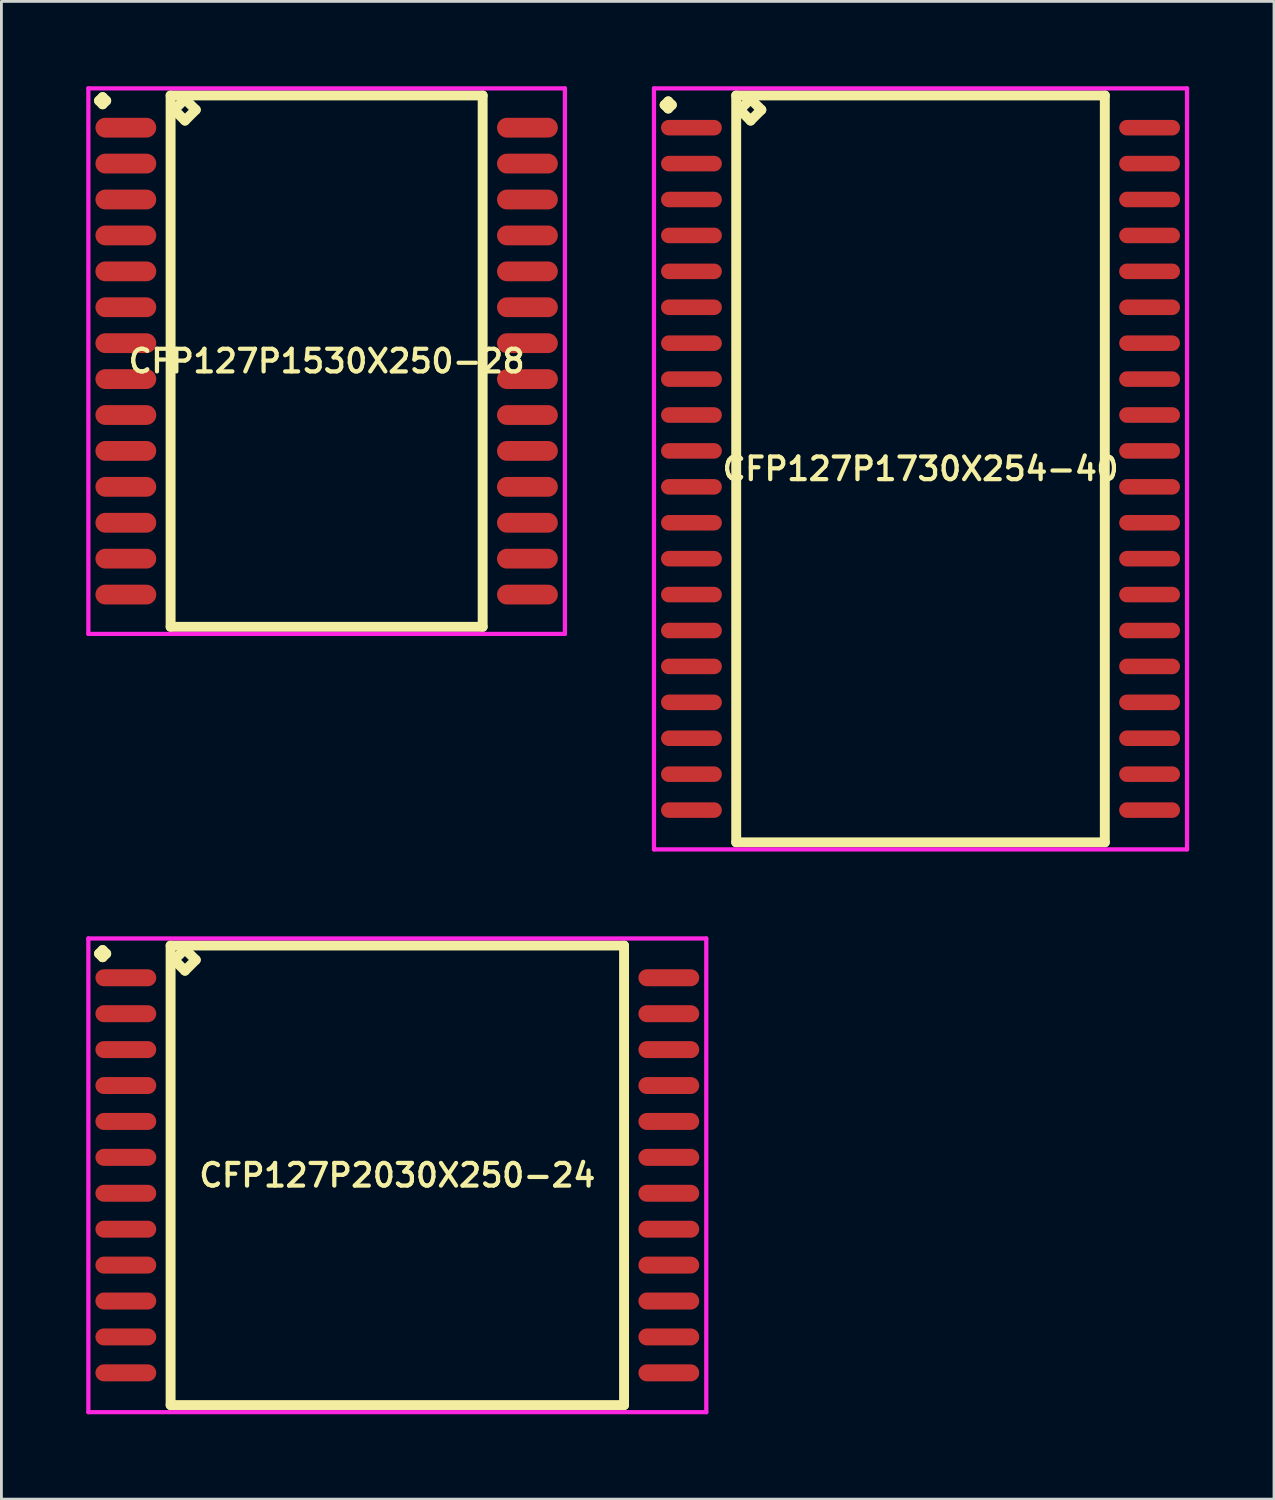
<source format=kicad_pcb>
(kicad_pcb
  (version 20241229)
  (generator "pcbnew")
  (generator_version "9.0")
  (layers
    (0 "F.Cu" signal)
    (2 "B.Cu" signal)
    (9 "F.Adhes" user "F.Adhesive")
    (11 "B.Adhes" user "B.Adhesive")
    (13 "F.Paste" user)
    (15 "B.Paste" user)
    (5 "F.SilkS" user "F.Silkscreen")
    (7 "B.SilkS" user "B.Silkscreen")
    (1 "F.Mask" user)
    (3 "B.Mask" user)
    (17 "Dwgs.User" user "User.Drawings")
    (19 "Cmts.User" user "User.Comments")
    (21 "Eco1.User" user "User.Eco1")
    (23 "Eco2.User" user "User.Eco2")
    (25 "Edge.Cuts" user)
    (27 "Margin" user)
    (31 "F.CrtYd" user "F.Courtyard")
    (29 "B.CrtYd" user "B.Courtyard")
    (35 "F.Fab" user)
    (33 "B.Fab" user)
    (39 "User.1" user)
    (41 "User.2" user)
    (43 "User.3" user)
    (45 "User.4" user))
  (footprint "CFP127P2030X250-24"
    (layer "F.Cu")
    (at 11 38.51)
    (property "Reference" "CFP127P2030X250-24" (at 0 0 0) (layer "F.SilkS") (effects (font (size 0.8 0.8) (thickness 0.15))))
    (attr smd)
    (fp_line (start -10.548 -7.839) (end -10.421 -7.966) (stroke (width 0.35) (type solid)) (layer "F.SilkS"))
    (fp_line (start -10.421 -7.966) (end -10.294 -7.839) (stroke (width 0.35) (type solid)) (layer "F.SilkS"))
    (fp_line (start -10.421 -7.712) (end -10.548 -7.839) (stroke (width 0.35) (type solid)) (layer "F.SilkS"))
    (fp_line (start -10.294 -7.839) (end -10.421 -7.712) (stroke (width 0.35) (type solid)) (layer "F.SilkS"))
    (fp_line (start -8.017 -8.125) (end -8.017 8.125) (stroke (width 0.35) (type solid)) (layer "F.SilkS"))
    (fp_line (start -8.017 8.125) (end 8.017 8.125) (stroke (width 0.35) (type solid)) (layer "F.SilkS"))
    (fp_line (start -7.89 -7.617) (end -7.509 -7.998) (stroke (width 0.35) (type solid)) (layer "F.SilkS"))
    (fp_line (start -7.509 -7.998) (end -7.128 -7.617) (stroke (width 0.35) (type solid)) (layer "F.SilkS"))
    (fp_line (start -7.509 -7.236) (end -7.89 -7.617) (stroke (width 0.35) (type solid)) (layer "F.SilkS"))
    (fp_line (start -7.128 -7.617) (end -7.509 -7.236) (stroke (width 0.35) (type solid)) (layer "F.SilkS"))
    (fp_line (start 8.017 -8.125) (end -8.017 -8.125) (stroke (width 0.35) (type solid)) (layer "F.SilkS"))
    (fp_line (start 8.017 8.125) (end 8.017 -8.125) (stroke (width 0.35) (type solid)) (layer "F.SilkS"))
    (fp_line (start -10.925 -8.375) (end 10.925 -8.375) (stroke (width 0.15) (type solid)) (layer "F.CrtYd"))
    (fp_line (start -10.925 8.375) (end -10.925 -8.375) (stroke (width 0.15) (type solid)) (layer "F.CrtYd"))
    (fp_line (start 10.925 -8.375) (end 10.925 8.375) (stroke (width 0.15) (type solid)) (layer "F.CrtYd"))
    (fp_line (start 10.925 8.375) (end -10.925 8.375) (stroke (width 0.15) (type solid)) (layer "F.CrtYd"))
    (pad "1" smd oval (at -9.6 -6.985) (size 2.15 0.6) (layers "F.Cu" "F.Mask" "F.Paste"))
    (pad "2" smd oval (at -9.6 -5.715) (size 2.15 0.6) (layers "F.Cu" "F.Mask" "F.Paste"))
    (pad "3" smd oval (at -9.6 -4.445) (size 2.15 0.6) (layers "F.Cu" "F.Mask" "F.Paste"))
    (pad "4" smd oval (at -9.6 -3.175) (size 2.15 0.6) (layers "F.Cu" "F.Mask" "F.Paste"))
    (pad "5" smd oval (at -9.6 -1.905) (size 2.15 0.6) (layers "F.Cu" "F.Mask" "F.Paste"))
    (pad "6" smd oval (at -9.6 -0.635) (size 2.15 0.6) (layers "F.Cu" "F.Mask" "F.Paste"))
    (pad "7" smd oval (at -9.6 0.635) (size 2.15 0.6) (layers "F.Cu" "F.Mask" "F.Paste"))
    (pad "8" smd oval (at -9.6 1.905) (size 2.15 0.6) (layers "F.Cu" "F.Mask" "F.Paste"))
    (pad "9" smd oval (at -9.6 3.175) (size 2.15 0.6) (layers "F.Cu" "F.Mask" "F.Paste"))
    (pad "10" smd oval (at -9.6 4.445) (size 2.15 0.6) (layers "F.Cu" "F.Mask" "F.Paste"))
    (pad "11" smd oval (at -9.6 5.715) (size 2.15 0.6) (layers "F.Cu" "F.Mask" "F.Paste"))
    (pad "12" smd oval (at -9.6 6.985) (size 2.15 0.6) (layers "F.Cu" "F.Mask" "F.Paste"))
    (pad "13" smd oval (at 9.6 6.985) (size 2.15 0.6) (layers "F.Cu" "F.Mask" "F.Paste"))
    (pad "14" smd oval (at 9.6 5.715) (size 2.15 0.6) (layers "F.Cu" "F.Mask" "F.Paste"))
    (pad "15" smd oval (at 9.6 4.445) (size 2.15 0.6) (layers "F.Cu" "F.Mask" "F.Paste"))
    (pad "16" smd oval (at 9.6 3.175) (size 2.15 0.6) (layers "F.Cu" "F.Mask" "F.Paste"))
    (pad "17" smd oval (at 9.6 1.905) (size 2.15 0.6) (layers "F.Cu" "F.Mask" "F.Paste"))
    (pad "18" smd oval (at 9.6 0.635) (size 2.15 0.6) (layers "F.Cu" "F.Mask" "F.Paste"))
    (pad "19" smd oval (at 9.6 -0.635) (size 2.15 0.6) (layers "F.Cu" "F.Mask" "F.Paste"))
    (pad "20" smd oval (at 9.6 -1.905) (size 2.15 0.6) (layers "F.Cu" "F.Mask" "F.Paste"))
    (pad "21" smd oval (at 9.6 -3.175) (size 2.15 0.6) (layers "F.Cu" "F.Mask" "F.Paste"))
    (pad "22" smd oval (at 9.6 -4.445) (size 2.15 0.6) (layers "F.Cu" "F.Mask" "F.Paste"))
    (pad "23" smd oval (at 9.6 -5.715) (size 2.15 0.6) (layers "F.Cu" "F.Mask" "F.Paste"))
    (pad "24" smd oval (at 9.6 -6.985) (size 2.15 0.6) (layers "F.Cu" "F.Mask" "F.Paste")))
  (footprint "CFP127P1730X254-40"
    (layer "F.Cu")
    (at 29.5 13.53)
    (property "Reference" "CFP127P1730X254-40" (at 0 0 0) (layer "F.SilkS") (effects (font (size 0.8 0.8) (thickness 0.15))))
    (attr smd)
    (fp_line (start -9.048 -12.869) (end -8.921 -12.996) (stroke (width 0.35) (type solid)) (layer "F.SilkS"))
    (fp_line (start -8.921 -12.996) (end -8.794 -12.869) (stroke (width 0.35) (type solid)) (layer "F.SilkS"))
    (fp_line (start -8.921 -12.742) (end -9.048 -12.869) (stroke (width 0.35) (type solid)) (layer "F.SilkS"))
    (fp_line (start -8.794 -12.869) (end -8.921 -12.742) (stroke (width 0.35) (type solid)) (layer "F.SilkS"))
    (fp_line (start -6.517 -13.205) (end -6.517 13.205) (stroke (width 0.35) (type solid)) (layer "F.SilkS"))
    (fp_line (start -6.517 13.205) (end 6.517 13.205) (stroke (width 0.35) (type solid)) (layer "F.SilkS"))
    (fp_line (start -6.39 -12.697) (end -6.009 -13.078) (stroke (width 0.35) (type solid)) (layer "F.SilkS"))
    (fp_line (start -6.009 -13.078) (end -5.628 -12.697) (stroke (width 0.35) (type solid)) (layer "F.SilkS"))
    (fp_line (start -6.009 -12.316) (end -6.39 -12.697) (stroke (width 0.35) (type solid)) (layer "F.SilkS"))
    (fp_line (start -5.628 -12.697) (end -6.009 -12.316) (stroke (width 0.35) (type solid)) (layer "F.SilkS"))
    (fp_line (start 6.517 -13.205) (end -6.517 -13.205) (stroke (width 0.35) (type solid)) (layer "F.SilkS"))
    (fp_line (start 6.517 13.205) (end 6.517 -13.205) (stroke (width 0.35) (type solid)) (layer "F.SilkS"))
    (fp_line (start -9.425 -13.455) (end 9.425 -13.455) (stroke (width 0.15) (type solid)) (layer "F.CrtYd"))
    (fp_line (start -9.425 13.455) (end -9.425 -13.455) (stroke (width 0.15) (type solid)) (layer "F.CrtYd"))
    (fp_line (start 9.425 -13.455) (end 9.425 13.455) (stroke (width 0.15) (type solid)) (layer "F.CrtYd"))
    (fp_line (start 9.425 13.455) (end -9.425 13.455) (stroke (width 0.15) (type solid)) (layer "F.CrtYd"))
    (pad "1" smd oval (at -8.1 -12.065) (size 2.15 0.55) (layers "F.Cu" "F.Mask" "F.Paste"))
    (pad "2" smd oval (at -8.1 -10.795) (size 2.15 0.55) (layers "F.Cu" "F.Mask" "F.Paste"))
    (pad "3" smd oval (at -8.1 -9.525) (size 2.15 0.55) (layers "F.Cu" "F.Mask" "F.Paste"))
    (pad "4" smd oval (at -8.1 -8.255) (size 2.15 0.55) (layers "F.Cu" "F.Mask" "F.Paste"))
    (pad "5" smd oval (at -8.1 -6.985) (size 2.15 0.55) (layers "F.Cu" "F.Mask" "F.Paste"))
    (pad "6" smd oval (at -8.1 -5.715) (size 2.15 0.55) (layers "F.Cu" "F.Mask" "F.Paste"))
    (pad "7" smd oval (at -8.1 -4.445) (size 2.15 0.55) (layers "F.Cu" "F.Mask" "F.Paste"))
    (pad "8" smd oval (at -8.1 -3.175) (size 2.15 0.55) (layers "F.Cu" "F.Mask" "F.Paste"))
    (pad "9" smd oval (at -8.1 -1.905) (size 2.15 0.55) (layers "F.Cu" "F.Mask" "F.Paste"))
    (pad "10" smd oval (at -8.1 -0.635) (size 2.15 0.55) (layers "F.Cu" "F.Mask" "F.Paste"))
    (pad "11" smd oval (at -8.1 0.635) (size 2.15 0.55) (layers "F.Cu" "F.Mask" "F.Paste"))
    (pad "12" smd oval (at -8.1 1.905) (size 2.15 0.55) (layers "F.Cu" "F.Mask" "F.Paste"))
    (pad "13" smd oval (at -8.1 3.175) (size 2.15 0.55) (layers "F.Cu" "F.Mask" "F.Paste"))
    (pad "14" smd oval (at -8.1 4.445) (size 2.15 0.55) (layers "F.Cu" "F.Mask" "F.Paste"))
    (pad "15" smd oval (at -8.1 5.715) (size 2.15 0.55) (layers "F.Cu" "F.Mask" "F.Paste"))
    (pad "16" smd oval (at -8.1 6.985) (size 2.15 0.55) (layers "F.Cu" "F.Mask" "F.Paste"))
    (pad "17" smd oval (at -8.1 8.255) (size 2.15 0.55) (layers "F.Cu" "F.Mask" "F.Paste"))
    (pad "18" smd oval (at -8.1 9.525) (size 2.15 0.55) (layers "F.Cu" "F.Mask" "F.Paste"))
    (pad "19" smd oval (at -8.1 10.795) (size 2.15 0.55) (layers "F.Cu" "F.Mask" "F.Paste"))
    (pad "20" smd oval (at -8.1 12.065) (size 2.15 0.55) (layers "F.Cu" "F.Mask" "F.Paste"))
    (pad "21" smd oval (at 8.1 12.065) (size 2.15 0.55) (layers "F.Cu" "F.Mask" "F.Paste"))
    (pad "22" smd oval (at 8.1 10.795) (size 2.15 0.55) (layers "F.Cu" "F.Mask" "F.Paste"))
    (pad "23" smd oval (at 8.1 9.525) (size 2.15 0.55) (layers "F.Cu" "F.Mask" "F.Paste"))
    (pad "24" smd oval (at 8.1 8.255) (size 2.15 0.55) (layers "F.Cu" "F.Mask" "F.Paste"))
    (pad "25" smd oval (at 8.1 6.985) (size 2.15 0.55) (layers "F.Cu" "F.Mask" "F.Paste"))
    (pad "26" smd oval (at 8.1 5.715) (size 2.15 0.55) (layers "F.Cu" "F.Mask" "F.Paste"))
    (pad "27" smd oval (at 8.1 4.445) (size 2.15 0.55) (layers "F.Cu" "F.Mask" "F.Paste"))
    (pad "28" smd oval (at 8.1 3.175) (size 2.15 0.55) (layers "F.Cu" "F.Mask" "F.Paste"))
    (pad "29" smd oval (at 8.1 1.905) (size 2.15 0.55) (layers "F.Cu" "F.Mask" "F.Paste"))
    (pad "30" smd oval (at 8.1 0.635) (size 2.15 0.55) (layers "F.Cu" "F.Mask" "F.Paste"))
    (pad "31" smd oval (at 8.1 -0.635) (size 2.15 0.55) (layers "F.Cu" "F.Mask" "F.Paste"))
    (pad "32" smd oval (at 8.1 -1.905) (size 2.15 0.55) (layers "F.Cu" "F.Mask" "F.Paste"))
    (pad "33" smd oval (at 8.1 -3.175) (size 2.15 0.55) (layers "F.Cu" "F.Mask" "F.Paste"))
    (pad "34" smd oval (at 8.1 -4.445) (size 2.15 0.55) (layers "F.Cu" "F.Mask" "F.Paste"))
    (pad "35" smd oval (at 8.1 -5.715) (size 2.15 0.55) (layers "F.Cu" "F.Mask" "F.Paste"))
    (pad "36" smd oval (at 8.1 -6.985) (size 2.15 0.55) (layers "F.Cu" "F.Mask" "F.Paste"))
    (pad "37" smd oval (at 8.1 -8.255) (size 2.15 0.55) (layers "F.Cu" "F.Mask" "F.Paste"))
    (pad "38" smd oval (at 8.1 -9.525) (size 2.15 0.55) (layers "F.Cu" "F.Mask" "F.Paste"))
    (pad "39" smd oval (at 8.1 -10.795) (size 2.15 0.55) (layers "F.Cu" "F.Mask" "F.Paste"))
    (pad "40" smd oval (at 8.1 -12.065) (size 2.15 0.55) (layers "F.Cu" "F.Mask" "F.Paste")))
  (footprint "CFP127P1530X250-28"
    (layer "F.Cu")
    (at 8.5 9.72)
    (property "Reference" "CFP127P1530X250-28" (at 0 0 0) (layer "F.SilkS") (effects (font (size 0.8 0.8) (thickness 0.15))))
    (attr smd)
    (fp_line (start -8.048 -9.209) (end -7.921 -9.336) (stroke (width 0.35) (type solid)) (layer "F.SilkS"))
    (fp_line (start -7.921 -9.336) (end -7.794 -9.209) (stroke (width 0.35) (type solid)) (layer "F.SilkS"))
    (fp_line (start -7.921 -9.082) (end -8.048 -9.209) (stroke (width 0.35) (type solid)) (layer "F.SilkS"))
    (fp_line (start -7.794 -9.209) (end -7.921 -9.082) (stroke (width 0.35) (type solid)) (layer "F.SilkS"))
    (fp_line (start -5.517 -9.395) (end -5.517 9.395) (stroke (width 0.35) (type solid)) (layer "F.SilkS"))
    (fp_line (start -5.517 9.395) (end 5.517 9.395) (stroke (width 0.35) (type solid)) (layer "F.SilkS"))
    (fp_line (start -5.39 -8.887) (end -5.009 -9.268) (stroke (width 0.35) (type solid)) (layer "F.SilkS"))
    (fp_line (start -5.009 -9.268) (end -4.628 -8.887) (stroke (width 0.35) (type solid)) (layer "F.SilkS"))
    (fp_line (start -5.009 -8.506) (end -5.39 -8.887) (stroke (width 0.35) (type solid)) (layer "F.SilkS"))
    (fp_line (start -4.628 -8.887) (end -5.009 -8.506) (stroke (width 0.35) (type solid)) (layer "F.SilkS"))
    (fp_line (start 5.517 -9.395) (end -5.517 -9.395) (stroke (width 0.35) (type solid)) (layer "F.SilkS"))
    (fp_line (start 5.517 9.395) (end 5.517 -9.395) (stroke (width 0.35) (type solid)) (layer "F.SilkS"))
    (fp_line (start -8.425 -9.645) (end 8.425 -9.645) (stroke (width 0.15) (type solid)) (layer "F.CrtYd"))
    (fp_line (start -8.425 9.645) (end -8.425 -9.645) (stroke (width 0.15) (type solid)) (layer "F.CrtYd"))
    (fp_line (start 8.425 -9.645) (end 8.425 9.645) (stroke (width 0.15) (type solid)) (layer "F.CrtYd"))
    (fp_line (start 8.425 9.645) (end -8.425 9.645) (stroke (width 0.15) (type solid)) (layer "F.CrtYd"))
    (pad "1" smd oval (at -7.1 -8.255) (size 2.15 0.7) (layers "F.Cu" "F.Mask" "F.Paste"))
    (pad "2" smd oval (at -7.1 -6.985) (size 2.15 0.7) (layers "F.Cu" "F.Mask" "F.Paste"))
    (pad "3" smd oval (at -7.1 -5.715) (size 2.15 0.7) (layers "F.Cu" "F.Mask" "F.Paste"))
    (pad "4" smd oval (at -7.1 -4.445) (size 2.15 0.7) (layers "F.Cu" "F.Mask" "F.Paste"))
    (pad "5" smd oval (at -7.1 -3.175) (size 2.15 0.7) (layers "F.Cu" "F.Mask" "F.Paste"))
    (pad "6" smd oval (at -7.1 -1.905) (size 2.15 0.7) (layers "F.Cu" "F.Mask" "F.Paste"))
    (pad "7" smd oval (at -7.1 -0.635) (size 2.15 0.7) (layers "F.Cu" "F.Mask" "F.Paste"))
    (pad "8" smd oval (at -7.1 0.635) (size 2.15 0.7) (layers "F.Cu" "F.Mask" "F.Paste"))
    (pad "9" smd oval (at -7.1 1.905) (size 2.15 0.7) (layers "F.Cu" "F.Mask" "F.Paste"))
    (pad "10" smd oval (at -7.1 3.175) (size 2.15 0.7) (layers "F.Cu" "F.Mask" "F.Paste"))
    (pad "11" smd oval (at -7.1 4.445) (size 2.15 0.7) (layers "F.Cu" "F.Mask" "F.Paste"))
    (pad "12" smd oval (at -7.1 5.715) (size 2.15 0.7) (layers "F.Cu" "F.Mask" "F.Paste"))
    (pad "13" smd oval (at -7.1 6.985) (size 2.15 0.7) (layers "F.Cu" "F.Mask" "F.Paste"))
    (pad "14" smd oval (at -7.1 8.255) (size 2.15 0.7) (layers "F.Cu" "F.Mask" "F.Paste"))
    (pad "15" smd oval (at 7.1 8.255) (size 2.15 0.7) (layers "F.Cu" "F.Mask" "F.Paste"))
    (pad "16" smd oval (at 7.1 6.985) (size 2.15 0.7) (layers "F.Cu" "F.Mask" "F.Paste"))
    (pad "17" smd oval (at 7.1 5.715) (size 2.15 0.7) (layers "F.Cu" "F.Mask" "F.Paste"))
    (pad "18" smd oval (at 7.1 4.445) (size 2.15 0.7) (layers "F.Cu" "F.Mask" "F.Paste"))
    (pad "19" smd oval (at 7.1 3.175) (size 2.15 0.7) (layers "F.Cu" "F.Mask" "F.Paste"))
    (pad "20" smd oval (at 7.1 1.905) (size 2.15 0.7) (layers "F.Cu" "F.Mask" "F.Paste"))
    (pad "21" smd oval (at 7.1 0.635) (size 2.15 0.7) (layers "F.Cu" "F.Mask" "F.Paste"))
    (pad "22" smd oval (at 7.1 -0.635) (size 2.15 0.7) (layers "F.Cu" "F.Mask" "F.Paste"))
    (pad "23" smd oval (at 7.1 -1.905) (size 2.15 0.7) (layers "F.Cu" "F.Mask" "F.Paste"))
    (pad "24" smd oval (at 7.1 -3.175) (size 2.15 0.7) (layers "F.Cu" "F.Mask" "F.Paste"))
    (pad "25" smd oval (at 7.1 -4.445) (size 2.15 0.7) (layers "F.Cu" "F.Mask" "F.Paste"))
    (pad "26" smd oval (at 7.1 -5.715) (size 2.15 0.7) (layers "F.Cu" "F.Mask" "F.Paste"))
    (pad "27" smd oval (at 7.1 -6.985) (size 2.15 0.7) (layers "F.Cu" "F.Mask" "F.Paste"))
    (pad "28" smd oval (at 7.1 -8.255) (size 2.15 0.7) (layers "F.Cu" "F.Mask" "F.Paste")))
  (gr_rect
    (start -3 -3)
    (end 42 49.96)
    (stroke (width 0.1) (type default))
    (fill no)
    (layer "Edge.Cuts")))
</source>
